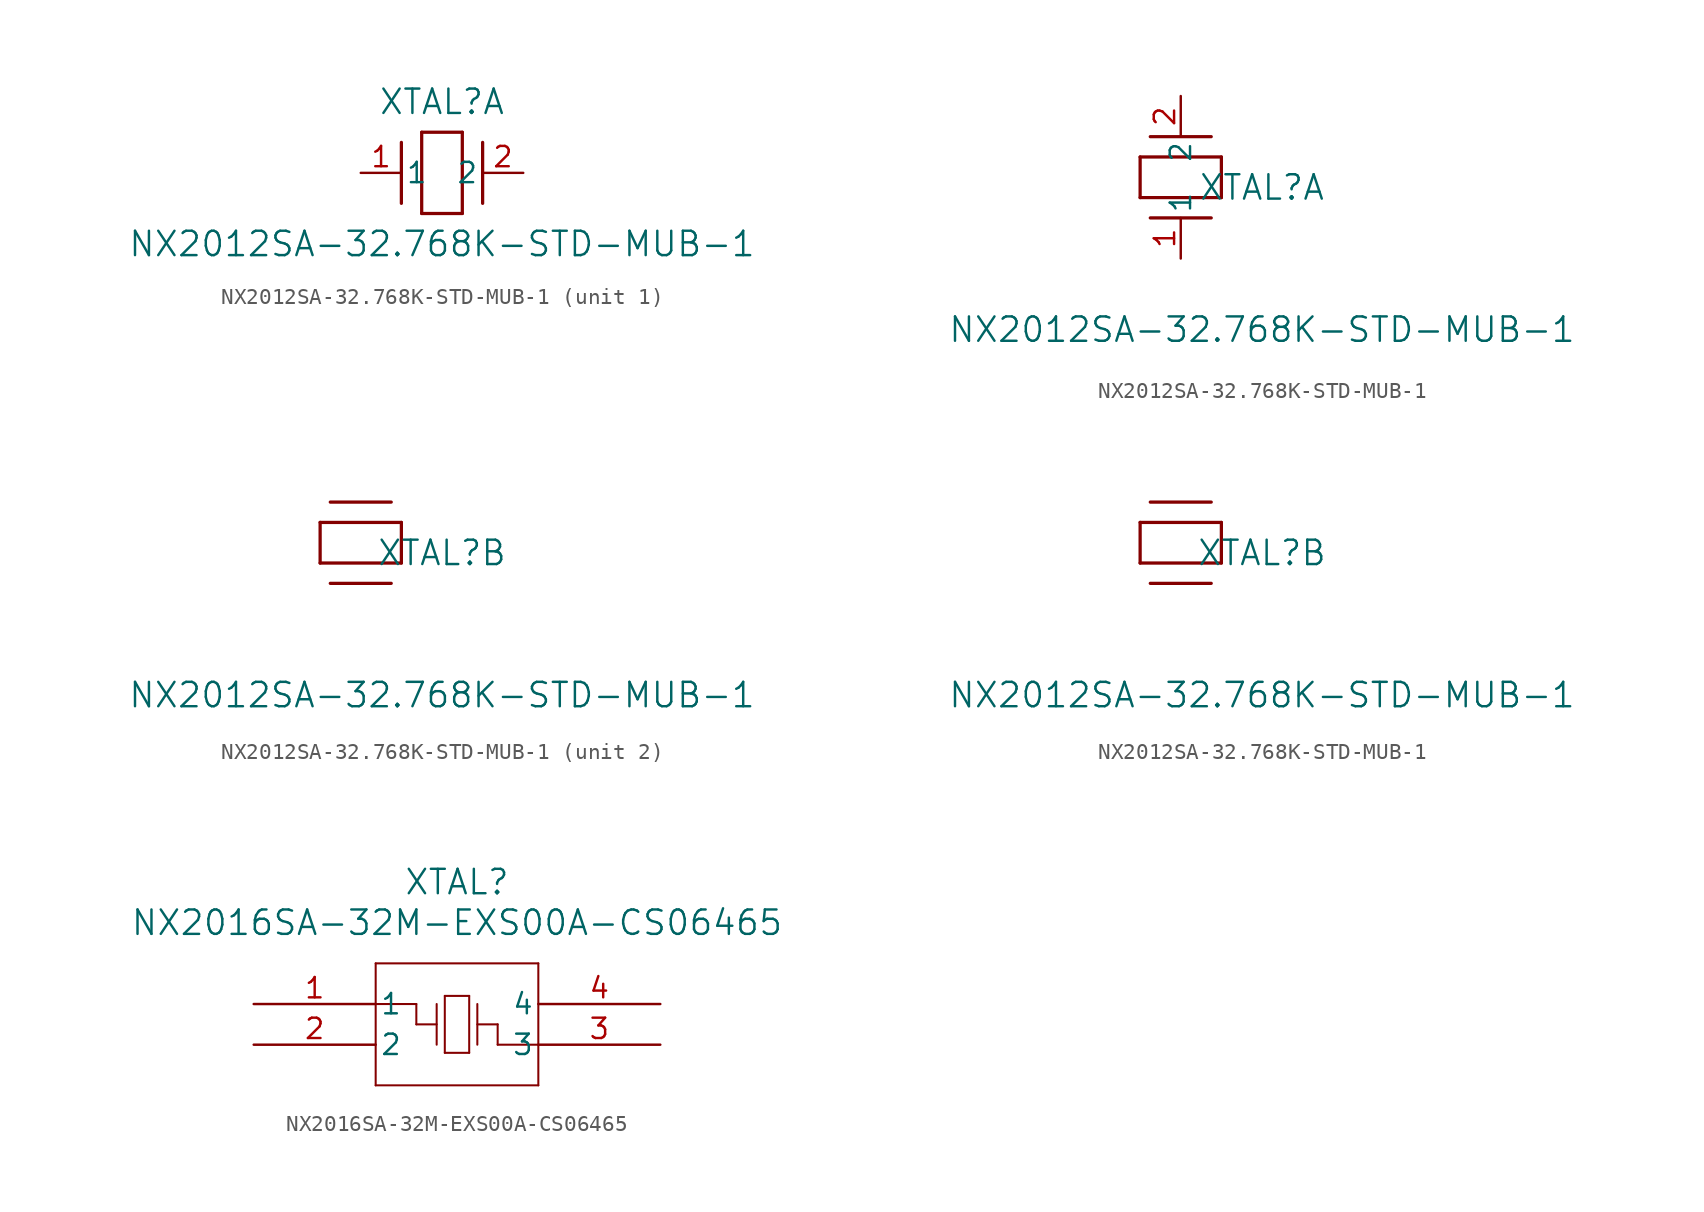
<source format=kicad_sym>
(kicad_symbol_lib
  (version 20231120)
  (generator "kicad_symbol_editor")
  (generator_version "8.0")
  (symbol "NX2012SA-32.768K-STD-MUB-1"
    (pin_names
      (offset 0.254))
    (property "Reference" "XTAL"
      (at 5.08 4.445 0)
      (effects (font (size 1.524 1.524))))
    (property "Value" "NX2012SA-32.768K-STD-MUB-1"
      (at 5.08 -4.445 0)
      (effects (font (size 1.524 1.524))))
    (property "ki_locked" ""
      (at 0 0 0)
      (effects (font (size 1.27 1.27))))
    (symbol "NX2012SA-32.768K-STD-MUB-1_1_1"
      (polyline (pts (xy 2.54 -1.905) (xy 2.54 1.905)) (stroke (width 0.203) (type default)) (fill (type none)))
      (polyline (pts (xy 3.81 -2.54) (xy 3.81 2.54)) (stroke (width 0.203) (type default)) (fill (type none)))
      (polyline (pts (xy 3.81 2.54) (xy 6.35 2.54)) (stroke (width 0.203) (type default)) (fill (type none)))
      (polyline (pts (xy 6.35 -2.54) (xy 3.81 -2.54)) (stroke (width 0.203) (type default)) (fill (type none)))
      (polyline (pts (xy 6.35 2.54) (xy 6.35 -2.54)) (stroke (width 0.203) (type default)) (fill (type none)))
      (polyline (pts (xy 7.62 -1.905) (xy 7.62 1.905)) (stroke (width 0.203) (type default)) (fill (type none)))
      (pin unspecified line (at 0 0 0) (length 2.54) (name "1" (effects (font (size 1.27 1.27)))) (number "1" (effects (font (size 1.27 1.27)))))
      (pin unspecified line (at 10.16 0 180) (length 2.54) (name "2" (effects (font (size 1.27 1.27)))) (number "2" (effects (font (size 1.27 1.27))))))
    (symbol "NX2012SA-32.768K-STD-MUB-1_1_2"
      (polyline (pts (xy -2.54 3.81) (xy -2.54 6.35)) (stroke (width 0.203) (type default)) (fill (type none)))
      (polyline (pts (xy -2.54 6.35) (xy 2.54 6.35)) (stroke (width 0.203) (type default)) (fill (type none)))
      (polyline (pts (xy 1.905 2.54) (xy -1.905 2.54)) (stroke (width 0.203) (type default)) (fill (type none)))
      (polyline (pts (xy 1.905 7.62) (xy -1.905 7.62)) (stroke (width 0.203) (type default)) (fill (type none)))
      (polyline (pts (xy 2.54 3.81) (xy -2.54 3.81)) (stroke (width 0.203) (type default)) (fill (type none)))
      (polyline (pts (xy 2.54 6.35) (xy 2.54 3.81)) (stroke (width 0.203) (type default)) (fill (type none)))
      (pin unspecified line (at 0 0 90) (length 2.54) (name "1" (effects (font (size 1.27 1.27)))) (number "1" (effects (font (size 1.27 1.27)))))
      (pin unspecified line (at 0 10.16 270) (length 2.54) (name "2" (effects (font (size 1.27 1.27)))) (number "2" (effects (font (size 1.27 1.27))))))
    (symbol "NX2012SA-32.768K-STD-MUB-1_2_1"
      (polyline (pts (xy -2.54 3.81) (xy -2.54 6.35)) (stroke (width 0.203) (type default)) (fill (type none)))
      (polyline (pts (xy -2.54 6.35) (xy 2.54 6.35)) (stroke (width 0.203) (type default)) (fill (type none)))
      (polyline (pts (xy 1.905 2.54) (xy -1.905 2.54)) (stroke (width 0.203) (type default)) (fill (type none)))
      (polyline (pts (xy 1.905 7.62) (xy -1.905 7.62)) (stroke (width 0.203) (type default)) (fill (type none)))
      (polyline (pts (xy 2.54 3.81) (xy -2.54 3.81)) (stroke (width 0.203) (type default)) (fill (type none)))
      (polyline (pts (xy 2.54 6.35) (xy 2.54 3.81)) (stroke (width 0.203) (type default)) (fill (type none))))
    (symbol "NX2012SA-32.768K-STD-MUB-1_2_2"
      (polyline (pts (xy -2.54 3.81) (xy -2.54 6.35)) (stroke (width 0.203) (type default)) (fill (type none)))
      (polyline (pts (xy -2.54 6.35) (xy 2.54 6.35)) (stroke (width 0.203) (type default)) (fill (type none)))
      (polyline (pts (xy 1.905 2.54) (xy -1.905 2.54)) (stroke (width 0.203) (type default)) (fill (type none)))
      (polyline (pts (xy 1.905 7.62) (xy -1.905 7.62)) (stroke (width 0.203) (type default)) (fill (type none)))
      (polyline (pts (xy 2.54 3.81) (xy -2.54 3.81)) (stroke (width 0.203) (type default)) (fill (type none)))
      (polyline (pts (xy 2.54 6.35) (xy 2.54 3.81)) (stroke (width 0.203) (type default)) (fill (type none)))))
  (symbol "NX2016SA-32M-EXS00A-CS06465"
    (pin_names
      (offset 0.254))
    (property "Reference" "XTAL"
      (at 12.7 7.62 0)
      (effects (font (size 1.524 1.524))))
    (property "Value" "NX2016SA-32M-EXS00A-CS06465"
      (at 12.7 5.08 0)
      (effects (font (size 1.524 1.524))))
    (property "ki_locked" ""
      (at 0 0 0)
      (effects (font (size 1.27 1.27))))
    (symbol "NX2016SA-32M-EXS00A-CS06465_0_1"
      (polyline (pts (xy 7.62 -5.08) (xy 17.78 -5.08)) (stroke (width 0.127) (type default)) (fill (type none)))
      (polyline (pts (xy 7.62 2.54) (xy 7.62 -5.08)) (stroke (width 0.127) (type default)) (fill (type none)))
      (polyline (pts (xy 10.16 -1.27) (xy 10.16 0)) (stroke (width 0.127) (type default)) (fill (type none)))
      (polyline (pts (xy 10.16 0) (xy 7.62 0)) (stroke (width 0.127) (type default)) (fill (type none)))
      (polyline (pts (xy 11.43 -1.27) (xy 10.16 -1.27)) (stroke (width 0.127) (type default)) (fill (type none)))
      (polyline (pts (xy 11.43 0) (xy 11.43 -2.54)) (stroke (width 0.127) (type default)) (fill (type none)))
      (polyline (pts (xy 11.938 -3.048) (xy 13.462 -3.048)) (stroke (width 0.127) (type default)) (fill (type none)))
      (polyline (pts (xy 11.938 0.508) (xy 11.938 -3.048)) (stroke (width 0.127) (type default)) (fill (type none)))
      (polyline (pts (xy 13.462 -3.048) (xy 13.462 0.508)) (stroke (width 0.127) (type default)) (fill (type none)))
      (polyline (pts (xy 13.462 0.508) (xy 11.938 0.508)) (stroke (width 0.127) (type default)) (fill (type none)))
      (polyline (pts (xy 13.97 -1.27) (xy 15.24 -1.27)) (stroke (width 0.127) (type default)) (fill (type none)))
      (polyline (pts (xy 13.97 0) (xy 13.97 -2.54)) (stroke (width 0.127) (type default)) (fill (type none)))
      (polyline (pts (xy 15.24 -2.54) (xy 17.78 -2.54)) (stroke (width 0.127) (type default)) (fill (type none)))
      (polyline (pts (xy 15.24 -1.27) (xy 15.24 -2.54)) (stroke (width 0.127) (type default)) (fill (type none)))
      (polyline (pts (xy 17.78 -5.08) (xy 17.78 2.54)) (stroke (width 0.127) (type default)) (fill (type none)))
      (polyline (pts (xy 17.78 2.54) (xy 7.62 2.54)) (stroke (width 0.127) (type default)) (fill (type none)))
      (pin unspecified line (at 0 0 0) (length 7.62) (name "1" (effects (font (size 1.27 1.27)))) (number "1" (effects (font (size 1.27 1.27)))))
      (pin unspecified line (at 0 -2.54 0) (length 7.62) (name "2" (effects (font (size 1.27 1.27)))) (number "2" (effects (font (size 1.27 1.27)))))
      (pin unspecified line (at 25.4 -2.54 180) (length 7.62) (name "3" (effects (font (size 1.27 1.27)))) (number "3" (effects (font (size 1.27 1.27)))))
      (pin unspecified line (at 25.4 0 180) (length 7.62) (name "4" (effects (font (size 1.27 1.27)))) (number "4" (effects (font (size 1.27 1.27))))))))
</source>
